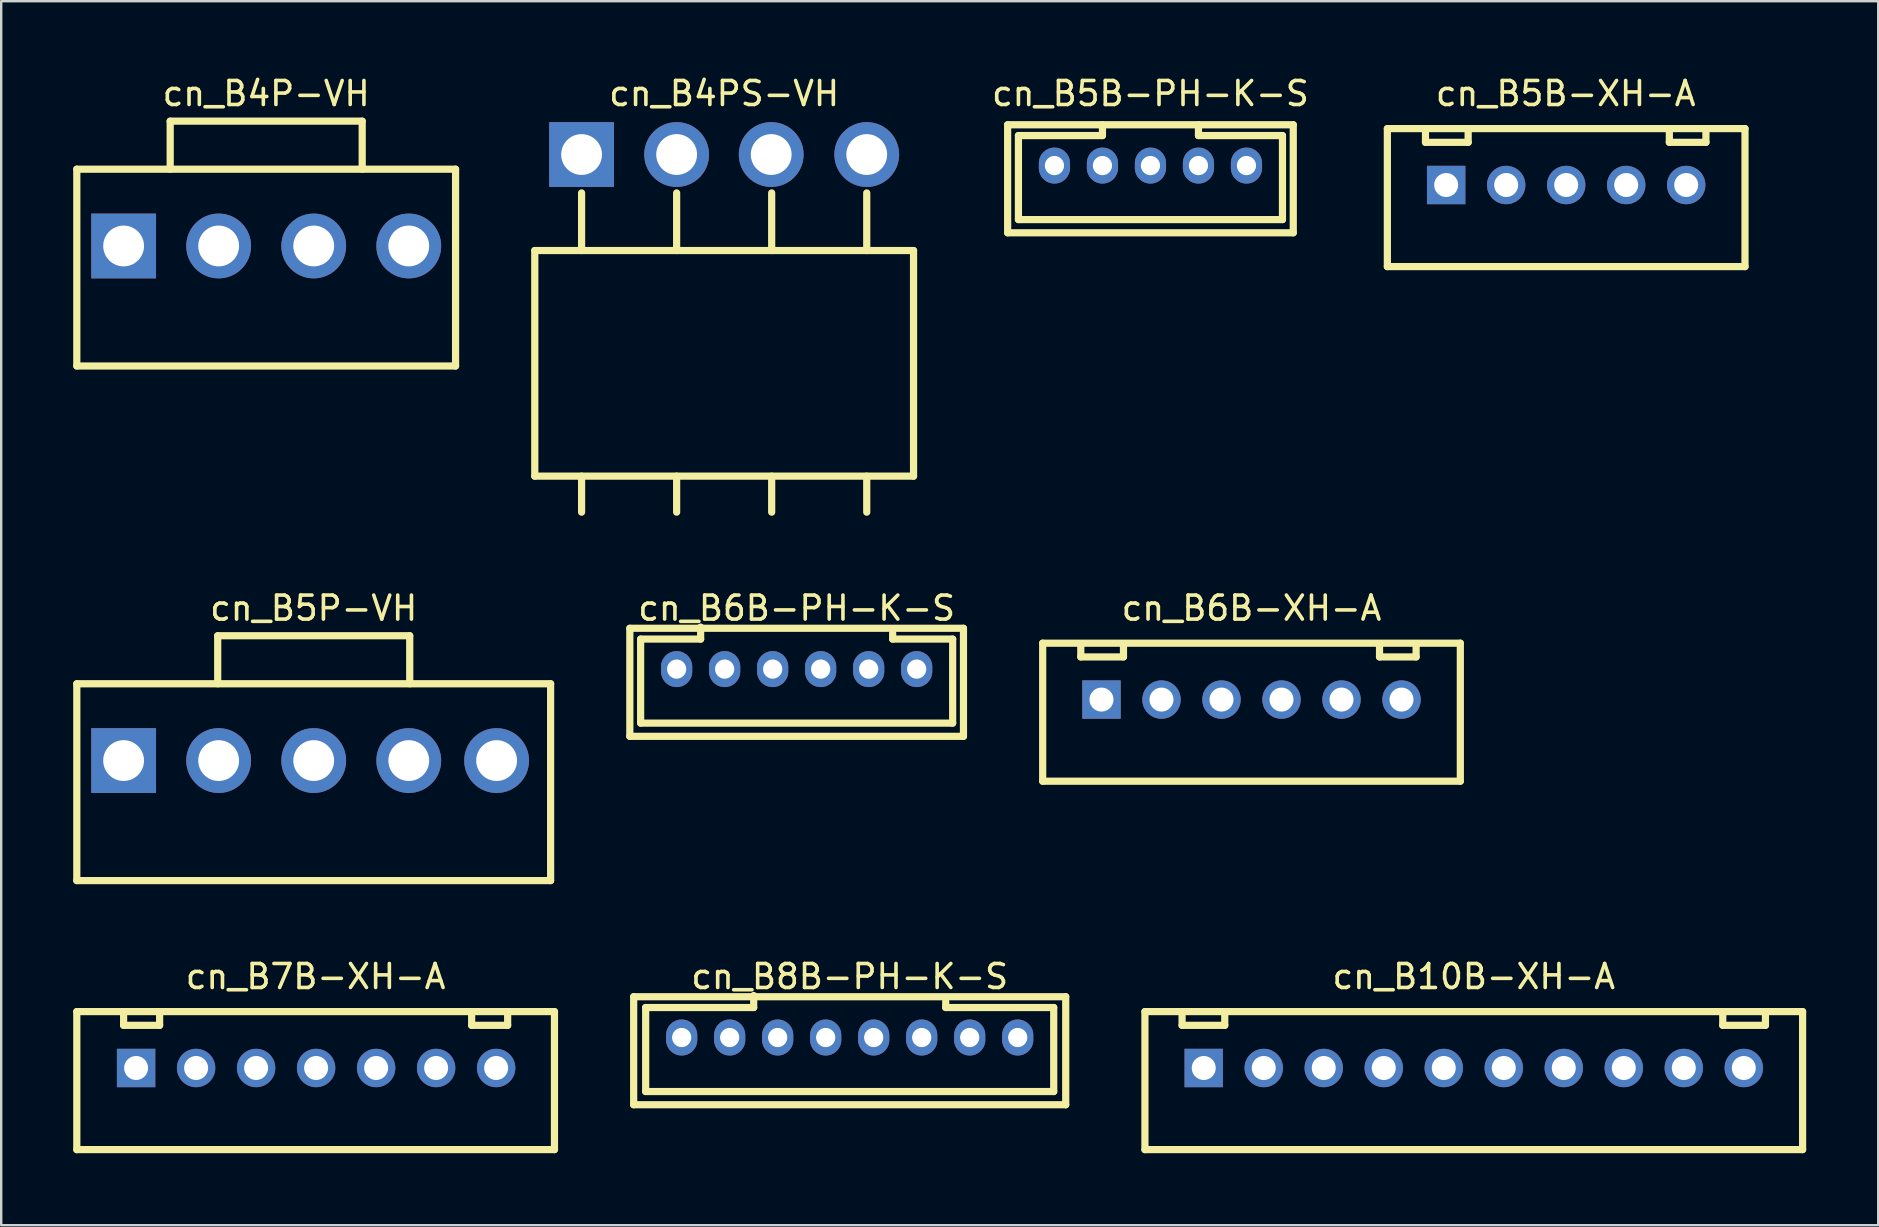
<source format=kicad_pcb>
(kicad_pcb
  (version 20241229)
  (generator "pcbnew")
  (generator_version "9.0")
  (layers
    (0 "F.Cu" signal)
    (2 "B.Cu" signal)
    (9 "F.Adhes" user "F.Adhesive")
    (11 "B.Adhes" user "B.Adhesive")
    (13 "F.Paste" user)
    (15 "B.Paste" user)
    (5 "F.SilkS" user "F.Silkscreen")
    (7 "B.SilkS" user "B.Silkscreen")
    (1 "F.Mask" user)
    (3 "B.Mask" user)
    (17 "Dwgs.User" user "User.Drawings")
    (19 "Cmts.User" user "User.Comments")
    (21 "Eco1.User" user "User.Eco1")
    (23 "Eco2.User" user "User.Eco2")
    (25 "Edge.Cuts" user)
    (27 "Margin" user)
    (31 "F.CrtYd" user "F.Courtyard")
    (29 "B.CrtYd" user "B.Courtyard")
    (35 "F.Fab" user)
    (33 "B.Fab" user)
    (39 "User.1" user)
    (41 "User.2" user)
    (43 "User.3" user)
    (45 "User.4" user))
  (footprint "cn_B10B-XH-A"
    (layer "F.Cu")
    (at 58.35 41.445)
    (property "Reference" "cn_B10B-XH-A" (at 0 -3.81 0) (layer "F.SilkS") (effects (font (size 1 1) (thickness 0.15))))
    (attr through_hole)
    (fp_line (start -13.7 -2.35) (end -13.7 3.4) (stroke (width 0.3) (type solid)) (layer "F.SilkS"))
    (fp_line (start -13.7 3.4) (end 13.7 3.4) (stroke (width 0.3) (type solid)) (layer "F.SilkS"))
    (fp_line (start -12.152 -2.286) (end -12.152 -1.778) (stroke (width 0.3) (type solid)) (layer "F.SilkS"))
    (fp_line (start -12.152 -1.778) (end -10.374 -1.778) (stroke (width 0.3) (type solid)) (layer "F.SilkS"))
    (fp_line (start -10.374 -1.778) (end -10.374 -2.286) (stroke (width 0.3) (type solid)) (layer "F.SilkS"))
    (fp_line (start 10.374 -2.286) (end 10.374 -1.778) (stroke (width 0.3) (type solid)) (layer "F.SilkS"))
    (fp_line (start 10.374 -1.778) (end 12.152 -1.778) (stroke (width 0.3) (type solid)) (layer "F.SilkS"))
    (fp_line (start 12.152 -1.778) (end 12.152 -2.286) (stroke (width 0.3) (type solid)) (layer "F.SilkS"))
    (fp_line (start 13.7 -2.35) (end -13.7 -2.35) (stroke (width 0.3) (type solid)) (layer "F.SilkS"))
    (fp_line (start 13.7 3.4) (end 13.7 -2.35) (stroke (width 0.3) (type solid)) (layer "F.SilkS"))
    (pad "1" thru_hole rect (at -11.25 0) (size 1.6 1.6) (drill 1) (layers "*.Cu" "*.Mask"))
    (pad "2" thru_hole circle (at -8.75 0) (size 1.6 1.6) (drill 1) (layers "*.Cu" "*.Mask"))
    (pad "3" thru_hole circle (at -6.25 0) (size 1.6 1.6) (drill 1) (layers "*.Cu" "*.Mask"))
    (pad "4" thru_hole circle (at -3.75 0) (size 1.6 1.6) (drill 1) (layers "*.Cu" "*.Mask"))
    (pad "5" thru_hole circle (at -1.25 0) (size 1.6 1.6) (drill 1) (layers "*.Cu" "*.Mask"))
    (pad "6" thru_hole circle (at 1.25 0) (size 1.6 1.6) (drill 1) (layers "*.Cu" "*.Mask"))
    (pad "7" thru_hole circle (at 3.75 0) (size 1.6 1.6) (drill 1) (layers "*.Cu" "*.Mask"))
    (pad "8" thru_hole circle (at 6.25 0) (size 1.6 1.6) (drill 1) (layers "*.Cu" "*.Mask"))
    (pad "9" thru_hole circle (at 8.75 0) (size 1.6 1.6) (drill 1) (layers "*.Cu" "*.Mask"))
    (pad "10" thru_hole circle (at 11.25 0) (size 1.6 1.6) (drill 1) (layers "*.Cu" "*.Mask")))
  (footprint "cn_B4PS-VH"
    (layer "F.Cu")
    (at 27.12 3.388)
    (property "Reference" "cn_B4PS-VH" (at 0 -2.54 0) (layer "F.SilkS") (effects (font (size 1 1) (thickness 0.15))))
    (attr through_hole)
    (fp_line (start -7.89 4) (end -7.89 13.4) (stroke (width 0.3) (type solid)) (layer "F.SilkS"))
    (fp_line (start -7.89 13.4) (end 7.89 13.4) (stroke (width 0.3) (type solid)) (layer "F.SilkS"))
    (fp_line (start -5.94 4) (end -5.94 1.6) (stroke (width 0.3) (type solid)) (layer "F.SilkS"))
    (fp_line (start -5.94 14.9) (end -5.94 13.4) (stroke (width 0.3) (type solid)) (layer "F.SilkS"))
    (fp_line (start -1.98 4) (end -1.98 1.6) (stroke (width 0.3) (type solid)) (layer "F.SilkS"))
    (fp_line (start -1.98 14.9) (end -1.98 13.4) (stroke (width 0.3) (type solid)) (layer "F.SilkS"))
    (fp_line (start 1.98 1.6) (end 1.98 4) (stroke (width 0.3) (type solid)) (layer "F.SilkS"))
    (fp_line (start 1.98 14.9) (end 1.98 13.4) (stroke (width 0.3) (type solid)) (layer "F.SilkS"))
    (fp_line (start 5.94 4) (end 5.94 1.6) (stroke (width 0.3) (type solid)) (layer "F.SilkS"))
    (fp_line (start 5.94 14.9) (end 5.94 13.4) (stroke (width 0.3) (type solid)) (layer "F.SilkS"))
    (fp_line (start 7.89 4) (end -7.89 4) (stroke (width 0.3) (type solid)) (layer "F.SilkS"))
    (fp_line (start 7.89 13.4) (end 7.89 4) (stroke (width 0.3) (type solid)) (layer "F.SilkS"))
    (pad "1" thru_hole rect (at -5.94 0) (size 2.7 2.7) (drill 1.7) (layers "*.Cu" "*.Mask"))
    (pad "2" thru_hole circle (at -1.98 0) (size 2.7 2.7) (drill 1.7) (layers "*.Cu" "*.Mask"))
    (pad "3" thru_hole circle (at 1.96 0) (size 2.7 2.7) (drill 1.7) (layers "*.Cu" "*.Mask"))
    (pad "4" thru_hole circle (at 5.94 0) (size 2.7 2.7) (drill 1.7) (layers "*.Cu" "*.Mask")))
  (footprint "cn_B6B-PH-K-S"
    (layer "F.Cu")
    (at 30.14 24.826)
    (property "Reference" "cn_B6B-PH-K-S" (at 0 -2.54 0) (layer "F.SilkS") (effects (font (size 1 1) (thickness 0.15))))
    (attr through_hole)
    (fp_line (start -6.95 -1.7) (end -6.95 2.8) (stroke (width 0.3) (type solid)) (layer "F.SilkS"))
    (fp_line (start -6.95 2.8) (end 6.95 2.8) (stroke (width 0.3) (type solid)) (layer "F.SilkS"))
    (fp_line (start -6.5 -1.25) (end -6.5 2.25) (stroke (width 0.3) (type solid)) (layer "F.SilkS"))
    (fp_line (start -6.5 2.25) (end 6.5 2.25) (stroke (width 0.3) (type solid)) (layer "F.SilkS"))
    (fp_line (start -4 -1.75) (end -4 -1.25) (stroke (width 0.3) (type solid)) (layer "F.SilkS"))
    (fp_line (start -4 -1.25) (end -6.5 -1.25) (stroke (width 0.3) (type solid)) (layer "F.SilkS"))
    (fp_line (start 4 -1.25) (end 4 -1.5) (stroke (width 0.3) (type solid)) (layer "F.SilkS"))
    (fp_line (start 6.5 -1.25) (end 4 -1.25) (stroke (width 0.3) (type solid)) (layer "F.SilkS"))
    (fp_line (start 6.5 2.25) (end 6.5 -1.25) (stroke (width 0.3) (type solid)) (layer "F.SilkS"))
    (fp_line (start 6.95 -1.7) (end -6.95 -1.7) (stroke (width 0.3) (type solid)) (layer "F.SilkS"))
    (fp_line (start 6.95 2.8) (end 6.95 -1.7) (stroke (width 0.3) (type solid)) (layer "F.SilkS"))
    (pad "1" thru_hole oval (at -5 0) (size 1.3 1.5) (drill 0.8) (layers "*.Cu" "*.Mask"))
    (pad "2" thru_hole oval (at -3 0) (size 1.3 1.5) (drill 0.8) (layers "*.Cu" "*.Mask"))
    (pad "3" thru_hole oval (at -1 0) (size 1.3 1.5) (drill 0.8) (layers "*.Cu" "*.Mask"))
    (pad "4" thru_hole oval (at 1 0) (size 1.3 1.5) (drill 0.8) (layers "*.Cu" "*.Mask"))
    (pad "5" thru_hole oval (at 3 0) (size 1.3 1.5) (drill 0.8) (layers "*.Cu" "*.Mask"))
    (pad "6" thru_hole oval (at 5 0) (size 1.3 1.5) (drill 0.8) (layers "*.Cu" "*.Mask")))
  (footprint "cn_B5B-PH-K-S"
    (layer "F.Cu")
    (at 44.88 3.848)
    (property "Reference" "cn_B5B-PH-K-S" (at 0 -3 0) (layer "F.SilkS") (effects (font (size 1 1) (thickness 0.15))))
    (attr through_hole)
    (fp_line (start -5.95 -1.7) (end -5.95 2.8) (stroke (width 0.3) (type solid)) (layer "F.SilkS"))
    (fp_line (start -5.95 2.8) (end 5.95 2.8) (stroke (width 0.3) (type solid)) (layer "F.SilkS"))
    (fp_line (start -5.5 -1.25) (end -5.5 2.25) (stroke (width 0.3) (type solid)) (layer "F.SilkS"))
    (fp_line (start -5.5 2.25) (end 5.5 2.25) (stroke (width 0.3) (type solid)) (layer "F.SilkS"))
    (fp_line (start -2 -1.7) (end -2 -1.25) (stroke (width 0.3) (type solid)) (layer "F.SilkS"))
    (fp_line (start -2 -1.25) (end -5.5 -1.25) (stroke (width 0.3) (type solid)) (layer "F.SilkS"))
    (fp_line (start 2 -1.25) (end 2 -1.7) (stroke (width 0.3) (type solid)) (layer "F.SilkS"))
    (fp_line (start 5.5 -1.25) (end 2 -1.25) (stroke (width 0.3) (type solid)) (layer "F.SilkS"))
    (fp_line (start 5.5 2.25) (end 5.5 -1.25) (stroke (width 0.3) (type solid)) (layer "F.SilkS"))
    (fp_line (start 5.95 -1.7) (end -5.95 -1.7) (stroke (width 0.3) (type solid)) (layer "F.SilkS"))
    (fp_line (start 5.95 2.8) (end 5.95 -1.7) (stroke (width 0.3) (type solid)) (layer "F.SilkS"))
    (pad "1" thru_hole oval (at -4 0) (size 1.3 1.5) (drill 0.8) (layers "*.Cu" "*.Mask"))
    (pad "2" thru_hole oval (at -2 0) (size 1.3 1.5) (drill 0.8) (layers "*.Cu" "*.Mask"))
    (pad "3" thru_hole oval (at 0 0) (size 1.3 1.5) (drill 0.8) (layers "*.Cu" "*.Mask"))
    (pad "4" thru_hole oval (at 2 0) (size 1.3 1.5) (drill 0.8) (layers "*.Cu" "*.Mask"))
    (pad "5" thru_hole oval (at 4 0) (size 1.3 1.5) (drill 0.8) (layers "*.Cu" "*.Mask")))
  (footprint "cn_B5P-VH"
    (layer "F.Cu")
    (at 10.02 28.637)
    (property "Reference" "cn_B5P-VH" (at 0 -6.35 0) (layer "F.SilkS") (effects (font (size 1 1) (thickness 0.15))))
    (attr through_hole)
    (fp_line (start -9.87 -3.2) (end -9.87 5) (stroke (width 0.3) (type solid)) (layer "F.SilkS"))
    (fp_line (start -9.87 5) (end 9.87 5) (stroke (width 0.3) (type solid)) (layer "F.SilkS"))
    (fp_line (start -4 -5.2) (end 4 -5.2) (stroke (width 0.3) (type solid)) (layer "F.SilkS"))
    (fp_line (start -4 -3.2) (end -4 -5.2) (stroke (width 0.3) (type solid)) (layer "F.SilkS"))
    (fp_line (start 4 -5.2) (end 4 -3.2) (stroke (width 0.3) (type solid)) (layer "F.SilkS"))
    (fp_line (start 9.87 -3.2) (end -9.87 -3.2) (stroke (width 0.3) (type solid)) (layer "F.SilkS"))
    (fp_line (start 9.87 5) (end 9.87 -3.2) (stroke (width 0.3) (type solid)) (layer "F.SilkS"))
    (pad "1" thru_hole rect (at -7.92 0) (size 2.7 2.7) (drill 1.7) (layers "*.Cu" "*.Mask"))
    (pad "2" thru_hole circle (at -3.96 0) (size 2.7 2.7) (drill 1.7) (layers "*.Cu" "*.Mask"))
    (pad "3" thru_hole circle (at 0 0) (size 2.7 2.7) (drill 1.7) (layers "*.Cu" "*.Mask"))
    (pad "4" thru_hole circle (at 3.96 0) (size 2.7 2.7) (drill 1.7) (layers "*.Cu" "*.Mask"))
    (pad "5" thru_hole circle (at 7.62 0) (size 2.7 2.7) (drill 1.7) (layers "*.Cu" "*.Mask")))
  (footprint "cn_B8B-PH-K-S"
    (layer "F.Cu")
    (at 32.35 40.175)
    (property "Reference" "cn_B8B-PH-K-S" (at 0 -2.54 0) (layer "F.SilkS") (effects (font (size 1 1) (thickness 0.15))))
    (attr through_hole)
    (fp_line (start -9 -1.7) (end -9 2.8) (stroke (width 0.3) (type solid)) (layer "F.SilkS"))
    (fp_line (start -9 2.8) (end 9 2.8) (stroke (width 0.3) (type solid)) (layer "F.SilkS"))
    (fp_line (start -8.5 -1.25) (end -8.5 2.25) (stroke (width 0.3) (type solid)) (layer "F.SilkS"))
    (fp_line (start -8.5 2.25) (end 8.5 2.25) (stroke (width 0.3) (type solid)) (layer "F.SilkS"))
    (fp_line (start -4 -1.75) (end -4 -1.25) (stroke (width 0.3) (type solid)) (layer "F.SilkS"))
    (fp_line (start -4 -1.25) (end -8.5 -1.25) (stroke (width 0.3) (type solid)) (layer "F.SilkS"))
    (fp_line (start 4 -1.25) (end 4 -1.5) (stroke (width 0.3) (type solid)) (layer "F.SilkS"))
    (fp_line (start 8.5 -1.25) (end 4 -1.25) (stroke (width 0.3) (type solid)) (layer "F.SilkS"))
    (fp_line (start 8.5 2.25) (end 8.5 -1.25) (stroke (width 0.3) (type solid)) (layer "F.SilkS"))
    (fp_line (start 9 -1.7) (end -9 -1.7) (stroke (width 0.3) (type solid)) (layer "F.SilkS"))
    (fp_line (start 9 2.8) (end 9 -1.7) (stroke (width 0.3) (type solid)) (layer "F.SilkS"))
    (pad "1" thru_hole oval (at -7 0) (size 1.3 1.5) (drill 0.8) (layers "*.Cu" "*.Mask"))
    (pad "2" thru_hole oval (at -5 0) (size 1.3 1.5) (drill 0.8) (layers "*.Cu" "*.Mask"))
    (pad "3" thru_hole oval (at -3 0) (size 1.3 1.5) (drill 0.8) (layers "*.Cu" "*.Mask"))
    (pad "4" thru_hole oval (at -1 0) (size 1.3 1.5) (drill 0.8) (layers "*.Cu" "*.Mask"))
    (pad "5" thru_hole oval (at 1 0) (size 1.3 1.5) (drill 0.8) (layers "*.Cu" "*.Mask"))
    (pad "6" thru_hole oval (at 3 0) (size 1.3 1.5) (drill 0.8) (layers "*.Cu" "*.Mask"))
    (pad "7" thru_hole oval (at 5 0) (size 1.3 1.5) (drill 0.8) (layers "*.Cu" "*.Mask"))
    (pad "8" thru_hole oval (at 7 0) (size 1.3 1.5) (drill 0.8) (layers "*.Cu" "*.Mask")))
  (footprint "cn_B7B-XH-A"
    (layer "F.Cu")
    (at 10.1 41.445)
    (property "Reference" "cn_B7B-XH-A" (at 0 -3.81 0) (layer "F.SilkS") (effects (font (size 1 1) (thickness 0.15))))
    (attr through_hole)
    (fp_line (start -9.95 -2.35) (end -9.95 3.4) (stroke (width 0.3) (type solid)) (layer "F.SilkS"))
    (fp_line (start -9.95 3.4) (end 9.95 3.4) (stroke (width 0.3) (type solid)) (layer "F.SilkS"))
    (fp_line (start -8 -2.286) (end -8 -1.778) (stroke (width 0.3) (type solid)) (layer "F.SilkS"))
    (fp_line (start -8 -1.778) (end -6.5 -1.778) (stroke (width 0.3) (type solid)) (layer "F.SilkS"))
    (fp_line (start -6.5 -1.778) (end -6.5 -2.286) (stroke (width 0.3) (type solid)) (layer "F.SilkS"))
    (fp_line (start 6.5 -2.286) (end 6.5 -1.778) (stroke (width 0.3) (type solid)) (layer "F.SilkS"))
    (fp_line (start 6.5 -1.778) (end 8 -1.778) (stroke (width 0.3) (type solid)) (layer "F.SilkS"))
    (fp_line (start 8 -1.778) (end 8 -2.286) (stroke (width 0.3) (type solid)) (layer "F.SilkS"))
    (fp_line (start 9.95 -2.35) (end -9.95 -2.35) (stroke (width 0.3) (type solid)) (layer "F.SilkS"))
    (fp_line (start 9.95 3.4) (end 9.95 -2.35) (stroke (width 0.3) (type solid)) (layer "F.SilkS"))
    (pad "1" thru_hole rect (at -7.48 0) (size 1.6 1.6) (drill 1) (layers "*.Cu" "*.Mask"))
    (pad "2" thru_hole circle (at -4.98 0) (size 1.6 1.6) (drill 1) (layers "*.Cu" "*.Mask"))
    (pad "3" thru_hole circle (at -2.48 0) (size 1.6 1.6) (drill 1) (layers "*.Cu" "*.Mask"))
    (pad "4" thru_hole circle (at 0.02 0) (size 1.6 1.6) (drill 1) (layers "*.Cu" "*.Mask"))
    (pad "5" thru_hole circle (at 2.52 0) (size 1.6 1.6) (drill 1) (layers "*.Cu" "*.Mask"))
    (pad "6" thru_hole circle (at 5.02 0) (size 1.6 1.6) (drill 1) (layers "*.Cu" "*.Mask"))
    (pad "7" thru_hole circle (at 7.52 0) (size 1.6 1.6) (drill 1) (layers "*.Cu" "*.Mask")))
  (footprint "cn_B5B-XH-A"
    (layer "F.Cu")
    (at 62.18 4.658)
    (property "Reference" "cn_B5B-XH-A" (at 0 -3.81 0) (layer "F.SilkS") (effects (font (size 1 1) (thickness 0.15))))
    (attr through_hole)
    (fp_line (start -7.43 -2.35) (end -7.43 3.4) (stroke (width 0.3) (type solid)) (layer "F.SilkS"))
    (fp_line (start -7.43 3.4) (end 7.47 3.4) (stroke (width 0.3) (type solid)) (layer "F.SilkS"))
    (fp_line (start -5.842 -2.286) (end -5.842 -1.778) (stroke (width 0.3) (type solid)) (layer "F.SilkS"))
    (fp_line (start -5.842 -1.778) (end -4.064 -1.778) (stroke (width 0.3) (type solid)) (layer "F.SilkS"))
    (fp_line (start -4.064 -1.778) (end -4.064 -2.286) (stroke (width 0.3) (type solid)) (layer "F.SilkS"))
    (fp_line (start 4.318 -2.286) (end 4.318 -1.778) (stroke (width 0.3) (type solid)) (layer "F.SilkS"))
    (fp_line (start 4.318 -1.778) (end 5.842 -1.778) (stroke (width 0.3) (type solid)) (layer "F.SilkS"))
    (fp_line (start 5.842 -1.778) (end 5.842 -2.286) (stroke (width 0.3) (type solid)) (layer "F.SilkS"))
    (fp_line (start 7.47 -2.35) (end -7.43 -2.35) (stroke (width 0.3) (type solid)) (layer "F.SilkS"))
    (fp_line (start 7.47 3.4) (end 7.47 -2.35) (stroke (width 0.3) (type solid)) (layer "F.SilkS"))
    (pad "1" thru_hole rect (at -4.98 0) (size 1.6 1.6) (drill 1) (layers "*.Cu" "*.Mask"))
    (pad "2" thru_hole circle (at -2.48 0) (size 1.6 1.6) (drill 1) (layers "*.Cu" "*.Mask"))
    (pad "3" thru_hole circle (at 0.02 0) (size 1.6 1.6) (drill 1) (layers "*.Cu" "*.Mask"))
    (pad "4" thru_hole circle (at 2.52 0) (size 1.6 1.6) (drill 1) (layers "*.Cu" "*.Mask"))
    (pad "5" thru_hole circle (at 5.02 0) (size 1.6 1.6) (drill 1) (layers "*.Cu" "*.Mask")))
  (footprint "cn_B6B-XH-A"
    (layer "F.Cu")
    (at 49.09 26.096)
    (property "Reference" "cn_B6B-XH-A" (at 0 -3.81 0) (layer "F.SilkS") (effects (font (size 1 1) (thickness 0.15))))
    (attr through_hole)
    (fp_line (start -8.7 -2.35) (end -8.7 3.4) (stroke (width 0.3) (type solid)) (layer "F.SilkS"))
    (fp_line (start -8.7 3.4) (end 8.7 3.4) (stroke (width 0.3) (type solid)) (layer "F.SilkS"))
    (fp_line (start -7.112 -2.286) (end -7.112 -1.778) (stroke (width 0.3) (type solid)) (layer "F.SilkS"))
    (fp_line (start -7.112 -1.778) (end -5.334 -1.778) (stroke (width 0.3) (type solid)) (layer "F.SilkS"))
    (fp_line (start -5.334 -1.778) (end -5.334 -2.286) (stroke (width 0.3) (type solid)) (layer "F.SilkS"))
    (fp_line (start 5.334 -2.286) (end 5.334 -1.778) (stroke (width 0.3) (type solid)) (layer "F.SilkS"))
    (fp_line (start 5.334 -1.778) (end 6.858 -1.778) (stroke (width 0.3) (type solid)) (layer "F.SilkS"))
    (fp_line (start 6.858 -1.778) (end 6.858 -2.286) (stroke (width 0.3) (type solid)) (layer "F.SilkS"))
    (fp_line (start 8.7 -2.35) (end -8.7 -2.35) (stroke (width 0.3) (type solid)) (layer "F.SilkS"))
    (fp_line (start 8.7 3.4) (end 8.7 -2.35) (stroke (width 0.3) (type solid)) (layer "F.SilkS"))
    (pad "1" thru_hole rect (at -6.25 0) (size 1.6 1.6) (drill 1) (layers "*.Cu" "*.Mask"))
    (pad "2" thru_hole circle (at -3.75 0) (size 1.6 1.6) (drill 1) (layers "*.Cu" "*.Mask"))
    (pad "3" thru_hole circle (at -1.25 0) (size 1.6 1.6) (drill 1) (layers "*.Cu" "*.Mask"))
    (pad "4" thru_hole circle (at 1.25 0) (size 1.6 1.6) (drill 1) (layers "*.Cu" "*.Mask"))
    (pad "5" thru_hole circle (at 3.75 0) (size 1.6 1.6) (drill 1) (layers "*.Cu" "*.Mask"))
    (pad "6" thru_hole circle (at 6.25 0) (size 1.6 1.6) (drill 1) (layers "*.Cu" "*.Mask")))
  (footprint "cn_B4P-VH"
    (layer "F.Cu")
    (at 8.04 7.198)
    (property "Reference" "cn_B4P-VH" (at 0 -6.35 0) (layer "F.SilkS") (effects (font (size 1 1) (thickness 0.15))))
    (attr through_hole)
    (fp_line (start -7.89 -3.2) (end -7.89 5) (stroke (width 0.3) (type solid)) (layer "F.SilkS"))
    (fp_line (start -7.89 5) (end 7.89 5) (stroke (width 0.3) (type solid)) (layer "F.SilkS"))
    (fp_line (start -4 -5.2) (end 4 -5.2) (stroke (width 0.3) (type solid)) (layer "F.SilkS"))
    (fp_line (start -4 -3.2) (end -4 -5.2) (stroke (width 0.3) (type solid)) (layer "F.SilkS"))
    (fp_line (start 4 -5.2) (end 4 -3.2) (stroke (width 0.3) (type solid)) (layer "F.SilkS"))
    (fp_line (start 7.89 -3.2) (end -7.89 -3.2) (stroke (width 0.3) (type solid)) (layer "F.SilkS"))
    (fp_line (start 7.89 5) (end 7.89 -3.2) (stroke (width 0.3) (type solid)) (layer "F.SilkS"))
    (pad "1" thru_hole rect (at -5.94 0) (size 2.7 2.7) (drill 1.7) (layers "*.Cu" "*.Mask"))
    (pad "2" thru_hole circle (at -1.98 0) (size 2.7 2.7) (drill 1.7) (layers "*.Cu" "*.Mask"))
    (pad "3" thru_hole circle (at 1.98 0) (size 2.7 2.7) (drill 1.7) (layers "*.Cu" "*.Mask"))
    (pad "4" thru_hole circle (at 5.94 0) (size 2.7 2.7) (drill 1.7) (layers "*.Cu" "*.Mask")))
  (gr_rect
    (start -3 -3)
    (end 75.2 47.995)
    (stroke (width 0.1) (type default))
    (fill no)
    (layer "Edge.Cuts")))
</source>
